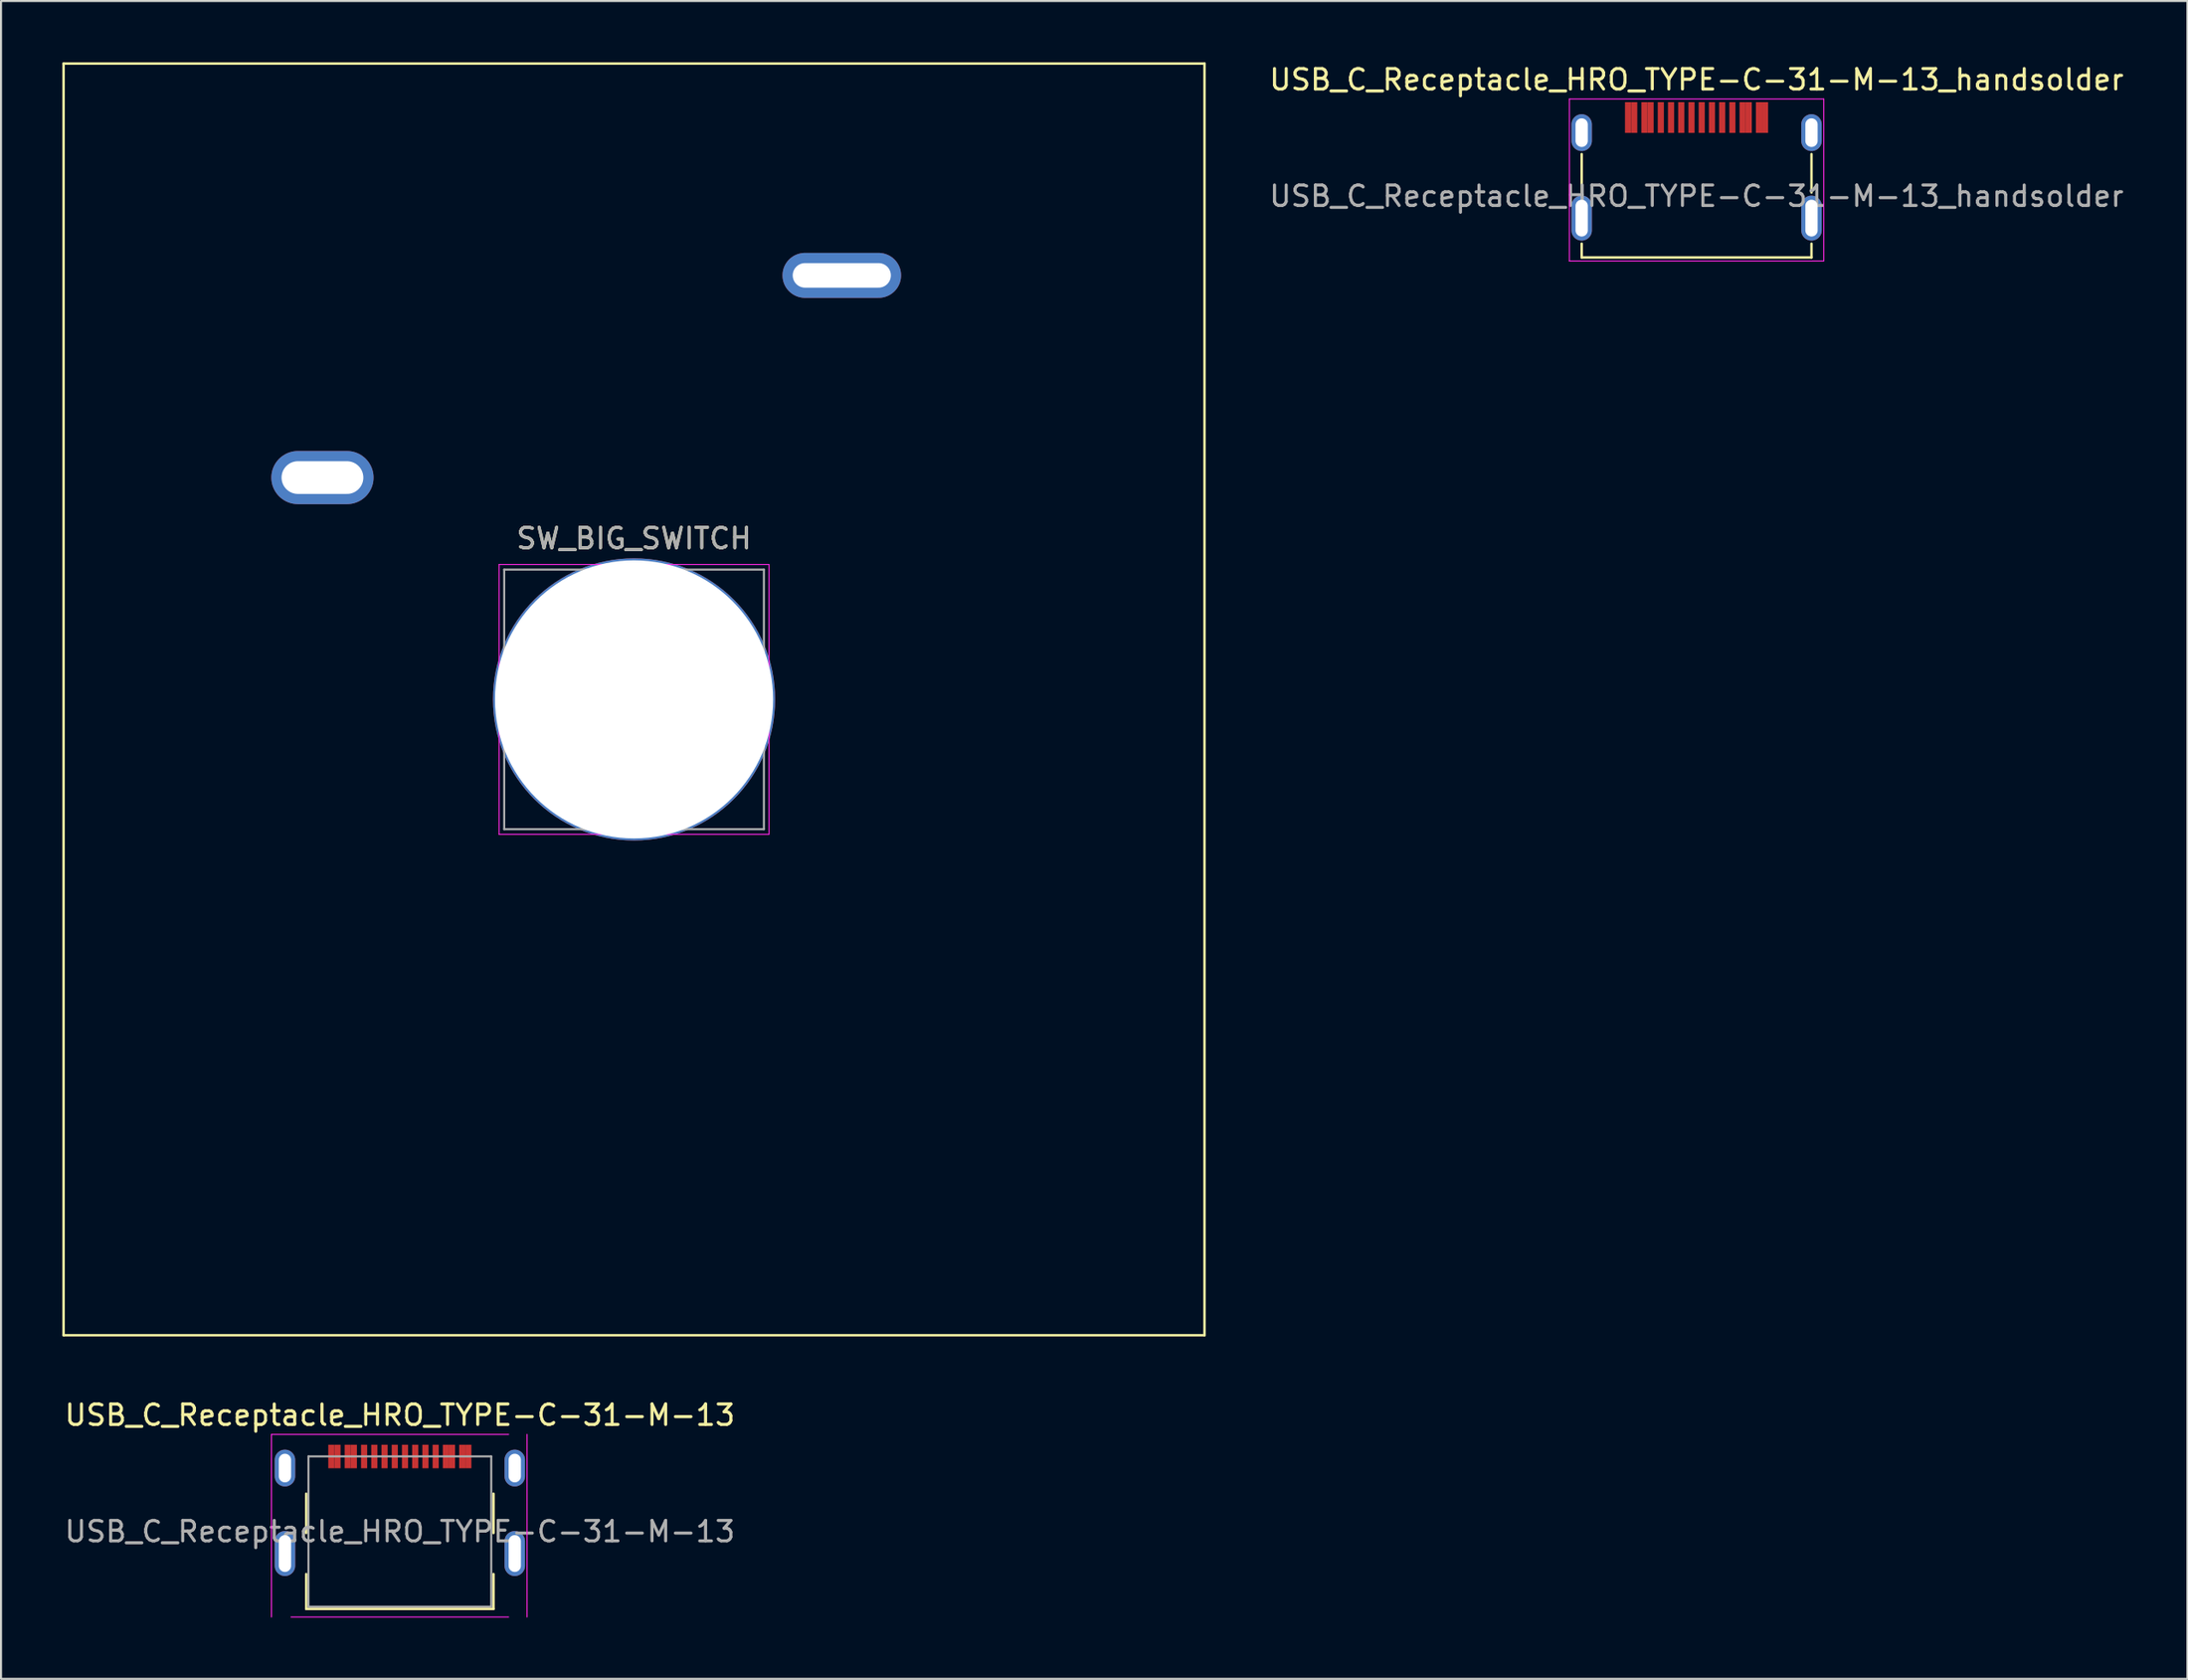
<source format=kicad_pcb>
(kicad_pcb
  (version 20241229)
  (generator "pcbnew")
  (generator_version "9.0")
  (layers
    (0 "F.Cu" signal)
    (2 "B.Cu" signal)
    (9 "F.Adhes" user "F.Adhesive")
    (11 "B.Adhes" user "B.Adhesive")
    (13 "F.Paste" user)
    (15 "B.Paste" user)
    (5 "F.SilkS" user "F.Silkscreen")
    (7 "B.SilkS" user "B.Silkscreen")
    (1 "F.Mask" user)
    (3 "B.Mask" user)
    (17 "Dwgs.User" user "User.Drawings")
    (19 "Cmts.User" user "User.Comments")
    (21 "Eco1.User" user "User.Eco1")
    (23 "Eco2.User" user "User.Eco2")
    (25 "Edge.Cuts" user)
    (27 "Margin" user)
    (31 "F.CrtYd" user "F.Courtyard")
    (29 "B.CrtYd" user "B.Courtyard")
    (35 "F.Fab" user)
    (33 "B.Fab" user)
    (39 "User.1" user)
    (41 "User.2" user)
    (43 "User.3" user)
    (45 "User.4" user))
  (footprint "USB_C_Receptacle_HRO_TYPE-C-31-M-13"
    (layer "F.Cu")
    (at 16.506 70.063)
    (property "Reference" "USB_C_Receptacle_HRO_TYPE-C-31-M-13" (at 0 -3.895 0) (layer "F.SilkS") (effects (font (size 1 1) (thickness 0.15))))
    (attr smd)
    (fp_line (start -4.58 -0.05) (end -4.58 1.87) (stroke (width 0.12) (type solid)) (layer "F.SilkS"))
    (fp_line (start -4.58 5.585) (end -4.58 3.88) (stroke (width 0.12) (type solid)) (layer "F.SilkS"))
    (fp_line (start 4.58 1.87) (end 4.58 -0.05) (stroke (width 0.12) (type solid)) (layer "F.SilkS"))
    (fp_line (start 4.58 3.88) (end 4.58 5.585) (stroke (width 0.12) (type solid)) (layer "F.SilkS"))
    (fp_line (start 4.58 5.585) (end -4.58 5.585) (stroke (width 0.12) (type solid)) (layer "F.SilkS"))
    (fp_line (start -6.28 -2.95) (end 5.32 -2.95) (stroke (width 0.05) (type solid)) (layer "F.CrtYd"))
    (fp_line (start -6.28 5.98) (end -6.28 -2.95) (stroke (width 0.05) (type solid)) (layer "F.CrtYd"))
    (fp_line (start 5.32 5.98) (end -5.32 5.98) (stroke (width 0.05) (type solid)) (layer "F.CrtYd"))
    (fp_line (start 6.22 -2.95) (end 6.22 5.98) (stroke (width 0.05) (type solid)) (layer "F.CrtYd"))
    (fp_line (start -4.47 -1.875) (end -4.47 5.475) (stroke (width 0.1) (type solid)) (layer "F.Fab"))
    (fp_line (start -4.47 -1.875) (end 4.47 -1.875) (stroke (width 0.1) (type solid)) (layer "F.Fab"))
    (fp_line (start -4.47 5.475) (end 4.47 5.475) (stroke (width 0.1) (type solid)) (layer "F.Fab"))
    (fp_line (start 4.47 5.475) (end 4.47 -1.875) (stroke (width 0.1) (type solid)) (layer "F.Fab"))
    (fp_text user "${REFERENCE}" (at 0 1.8 0) (layer "F.Fab") (effects (font (size 1 1) (thickness 0.15))))
    (pad "A1" smd rect (at -3.35 -1.87) (size 0.3 1.15) (layers "F.Cu" "F.Mask" "F.Paste"))
    (pad "A4" smd rect (at -2.55 -1.87) (size 0.3 1.15) (layers "F.Cu" "F.Mask" "F.Paste"))
    (pad "A5" smd rect (at -1.25 -1.87) (size 0.3 1.15) (layers "F.Cu" "F.Mask" "F.Paste"))
    (pad "A6" smd rect (at -0.25 -1.87) (size 0.3 1.15) (layers "F.Cu" "F.Mask" "F.Paste"))
    (pad "A7" smd rect (at 0.25 -1.87) (size 0.3 1.15) (layers "F.Cu" "F.Mask" "F.Paste"))
    (pad "A8" smd rect (at 1.25 -1.87) (size 0.3 1.15) (layers "F.Cu" "F.Mask" "F.Paste"))
    (pad "A9" smd rect (at 2.55 -1.87) (size 0.3 1.15) (layers "F.Cu" "F.Mask" "F.Paste"))
    (pad "A12" smd rect (at 3.35 -1.87) (size 0.3 1.15) (layers "F.Cu" "F.Mask" "F.Paste"))
    (pad "B1" smd rect (at 3.05 -1.87) (size 0.3 1.15) (layers "F.Cu" "F.Mask" "F.Paste"))
    (pad "B4" smd rect (at 2.25 -1.87) (size 0.3 1.15) (layers "F.Cu" "F.Mask" "F.Paste"))
    (pad "B5" smd rect (at 1.75 -1.87) (size 0.3 1.15) (layers "F.Cu" "F.Mask" "F.Paste"))
    (pad "B6" smd rect (at 0.75 -1.87) (size 0.3 1.15) (layers "F.Cu" "F.Mask" "F.Paste"))
    (pad "B7" smd rect (at -0.75 -1.87) (size 0.3 1.15) (layers "F.Cu" "F.Mask" "F.Paste"))
    (pad "B8" smd rect (at -1.75 -1.87) (size 0.3 1.15) (layers "F.Cu" "F.Mask" "F.Paste"))
    (pad "B9" smd rect (at -2.25 -1.87) (size 0.3 1.15) (layers "F.Cu" "F.Mask" "F.Paste"))
    (pad "B12" smd rect (at -3.05 -1.87) (size 0.3 1.15) (layers "F.Cu" "F.Mask" "F.Paste"))
    (pad "S1" thru_hole oval (at -5.62 -1.305) (size 1 1.8) (drill oval 0.6 1.4) (layers "*.Cu" "*.Mask"))
    (pad "S1" thru_hole oval (at -5.62 2.875) (size 1 2.2) (drill oval 0.6 1.8) (layers "*.Cu" "*.Mask"))
    (pad "S1" thru_hole oval (at 5.62 -1.305) (size 1 1.8) (drill oval 0.6 1.4) (layers "*.Cu" "*.Mask"))
    (pad "S1" thru_hole oval (at 5.62 2.875) (size 1 2.2) (drill oval 0.6 1.8) (layers "*.Cu" "*.Mask")))
  (footprint "USB_C_Receptacle_HRO_TYPE-C-31-M-13_handsolder"
    (layer "F.Cu")
    (at 79.926 4.743)
    (property "Reference" "USB_C_Receptacle_HRO_TYPE-C-31-M-13_handsolder" (at 0 -3.895 0) (layer "F.SilkS") (effects (font (size 1 1) (thickness 0.15))))
    (attr smd)
    (fp_line (start -5.62 -0.255) (end -5.62 1.625) (stroke (width 0.12) (type solid)) (layer "F.SilkS"))
    (fp_line (start -5.62 4.8) (end -5.62 4.125) (stroke (width 0.12) (type solid)) (layer "F.SilkS"))
    (fp_line (start -5.62 4.8) (end 5.62 4.8) (stroke (width 0.12) (type solid)) (layer "F.SilkS"))
    (fp_line (start 5.62 1.625) (end 5.62 -0.255) (stroke (width 0.12) (type solid)) (layer "F.SilkS"))
    (fp_line (start 5.62 4.125) (end 5.62 4.8) (stroke (width 0.12) (type solid)) (layer "F.SilkS"))
    (fp_line (start -6.22 -2.95) (end 6.22 -2.95) (stroke (width 0.05) (type solid)) (layer "F.CrtYd"))
    (fp_line (start -6.22 4.975) (end -6.22 -2.95) (stroke (width 0.05) (type solid)) (layer "F.CrtYd"))
    (fp_line (start 6.22 -2.95) (end 6.22 4.975) (stroke (width 0.05) (type solid)) (layer "F.CrtYd"))
    (fp_line (start 6.22 4.975) (end -6.22 4.975) (stroke (width 0.05) (type solid)) (layer "F.CrtYd"))
    (fp_text user "${REFERENCE}" (at 0 1.8 0) (layer "F.Fab") (effects (font (size 1 1) (thickness 0.15))))
    (pad "A1" smd rect (at -3.35 -2.045) (size 0.3 1.5) (layers "F.Cu" "F.Mask" "F.Paste"))
    (pad "A4" smd rect (at -2.55 -2.045) (size 0.3 1.5) (layers "F.Cu" "F.Mask" "F.Paste"))
    (pad "A5" smd rect (at -1.25 -2.045) (size 0.3 1.5) (layers "F.Cu" "F.Mask" "F.Paste"))
    (pad "A6" smd rect (at -0.25 -2.045) (size 0.3 1.5) (layers "F.Cu" "F.Mask" "F.Paste"))
    (pad "A7" smd rect (at 0.25 -2.045) (size 0.3 1.5) (layers "F.Cu" "F.Mask" "F.Paste"))
    (pad "A8" smd rect (at 1.25 -2.045) (size 0.3 1.5) (layers "F.Cu" "F.Mask" "F.Paste"))
    (pad "A9" smd rect (at 2.55 -2.045) (size 0.3 1.5) (layers "F.Cu" "F.Mask" "F.Paste"))
    (pad "A12" smd rect (at 3.35 -2.045) (size 0.3 1.5) (layers "F.Cu" "F.Mask" "F.Paste"))
    (pad "B1" smd rect (at 3.05 -2.045) (size 0.3 1.5) (layers "F.Cu" "F.Mask" "F.Paste"))
    (pad "B4" smd rect (at 2.25 -2.045) (size 0.3 1.5) (layers "F.Cu" "F.Mask" "F.Paste"))
    (pad "B5" smd rect (at 1.75 -2.045) (size 0.3 1.5) (layers "F.Cu" "F.Mask" "F.Paste"))
    (pad "B6" smd rect (at 0.75 -2.045) (size 0.3 1.5) (layers "F.Cu" "F.Mask" "F.Paste"))
    (pad "B7" smd rect (at -0.75 -2.045) (size 0.3 1.5) (layers "F.Cu" "F.Mask" "F.Paste"))
    (pad "B8" smd rect (at -1.75 -2.045) (size 0.3 1.5) (layers "F.Cu" "F.Mask" "F.Paste"))
    (pad "B9" smd rect (at -2.25 -2.045) (size 0.3 1.5) (layers "F.Cu" "F.Mask" "F.Paste"))
    (pad "B12" smd rect (at -3.05 -2.045) (size 0.3 1.5) (layers "F.Cu" "F.Mask" "F.Paste"))
    (pad "S1" thru_hole oval (at -5.62 -1.305) (size 1 1.8) (drill oval 0.6 1.4) (layers "*.Cu" "*.Mask"))
    (pad "S1" thru_hole oval (at -5.62 2.875) (size 1 2.2) (drill oval 0.6 1.8) (layers "*.Cu" "*.Mask"))
    (pad "S1" thru_hole oval (at 5.62 -1.305) (size 1 1.8) (drill oval 0.6 1.4) (layers "*.Cu" "*.Mask"))
    (pad "S1" thru_hole oval (at 5.62 2.875) (size 1 2.2) (drill oval 0.6 1.8) (layers "*.Cu" "*.Mask")))
  (footprint "SW_BIG_SWITCH"
    (layer "F.Cu")
    (at 27.96 31.16)
    (property "Reference" "SW_BIG_SWITCH" (at 0 -7.874 0) (layer "F.SilkS") (effects (font (size 1 1) (thickness 0.15))))
    (attr through_hole)
    (fp_line (start -27.9 -31.1) (end 27.9 -31.1) (stroke (width 0.12) (type solid)) (layer "F.SilkS"))
    (fp_line (start -27.9 31.1) (end -27.9 -31.1) (stroke (width 0.12) (type solid)) (layer "F.SilkS"))
    (fp_line (start 27.9 -31.1) (end 27.9 31.1) (stroke (width 0.12) (type solid)) (layer "F.SilkS"))
    (fp_line (start 27.9 31.1) (end -27.9 31.1) (stroke (width 0.12) (type solid)) (layer "F.SilkS"))
    (fp_line (start -6.6 -6.6) (end 6.6 -6.6) (stroke (width 0.05) (type solid)) (layer "F.CrtYd"))
    (fp_line (start -6.6 6.6) (end -6.6 -6.6) (stroke (width 0.05) (type solid)) (layer "F.CrtYd"))
    (fp_line (start 6.6 -6.6) (end 6.6 6.6) (stroke (width 0.05) (type solid)) (layer "F.CrtYd"))
    (fp_line (start 6.6 6.6) (end -6.6 6.6) (stroke (width 0.05) (type solid)) (layer "F.CrtYd"))
    (fp_line (start -6.35 -6.35) (end 6.35 -6.35) (stroke (width 0.1) (type solid)) (layer "F.Fab"))
    (fp_line (start -6.35 6.35) (end -6.35 -6.35) (stroke (width 0.1) (type solid)) (layer "F.Fab"))
    (fp_line (start 6.35 -6.35) (end 6.35 6.35) (stroke (width 0.1) (type solid)) (layer "F.Fab"))
    (fp_line (start 6.35 6.35) (end -6.35 6.35) (stroke (width 0.1) (type solid)) (layer "F.Fab"))
    (fp_text user "${REFERENCE}" (at 0 -7.874 0) (layer "F.Fab") (effects (font (size 1 1) (thickness 0.15))))
    (pad "" np_thru_hole circle (at 0 0) (size 13.8 13.8) (drill 13.6) (layers "*.Cu" "*.Mask"))
    (pad "1" thru_hole oval (at 10.16 -20.74) (size 5.8 2.2) (drill oval 4.8 1.2) (layers "*.Cu" "*.Mask"))
    (pad "2" thru_hole oval (at -15.24 -10.85) (size 5 2.6) (drill oval 4 1.6) (layers "*.Cu" "*.Mask")))
  (gr_rect
    (start -3 -3)
    (end 103.932 79.068)
    (stroke (width 0.1) (type default))
    (fill no)
    (layer "Edge.Cuts")))
</source>
